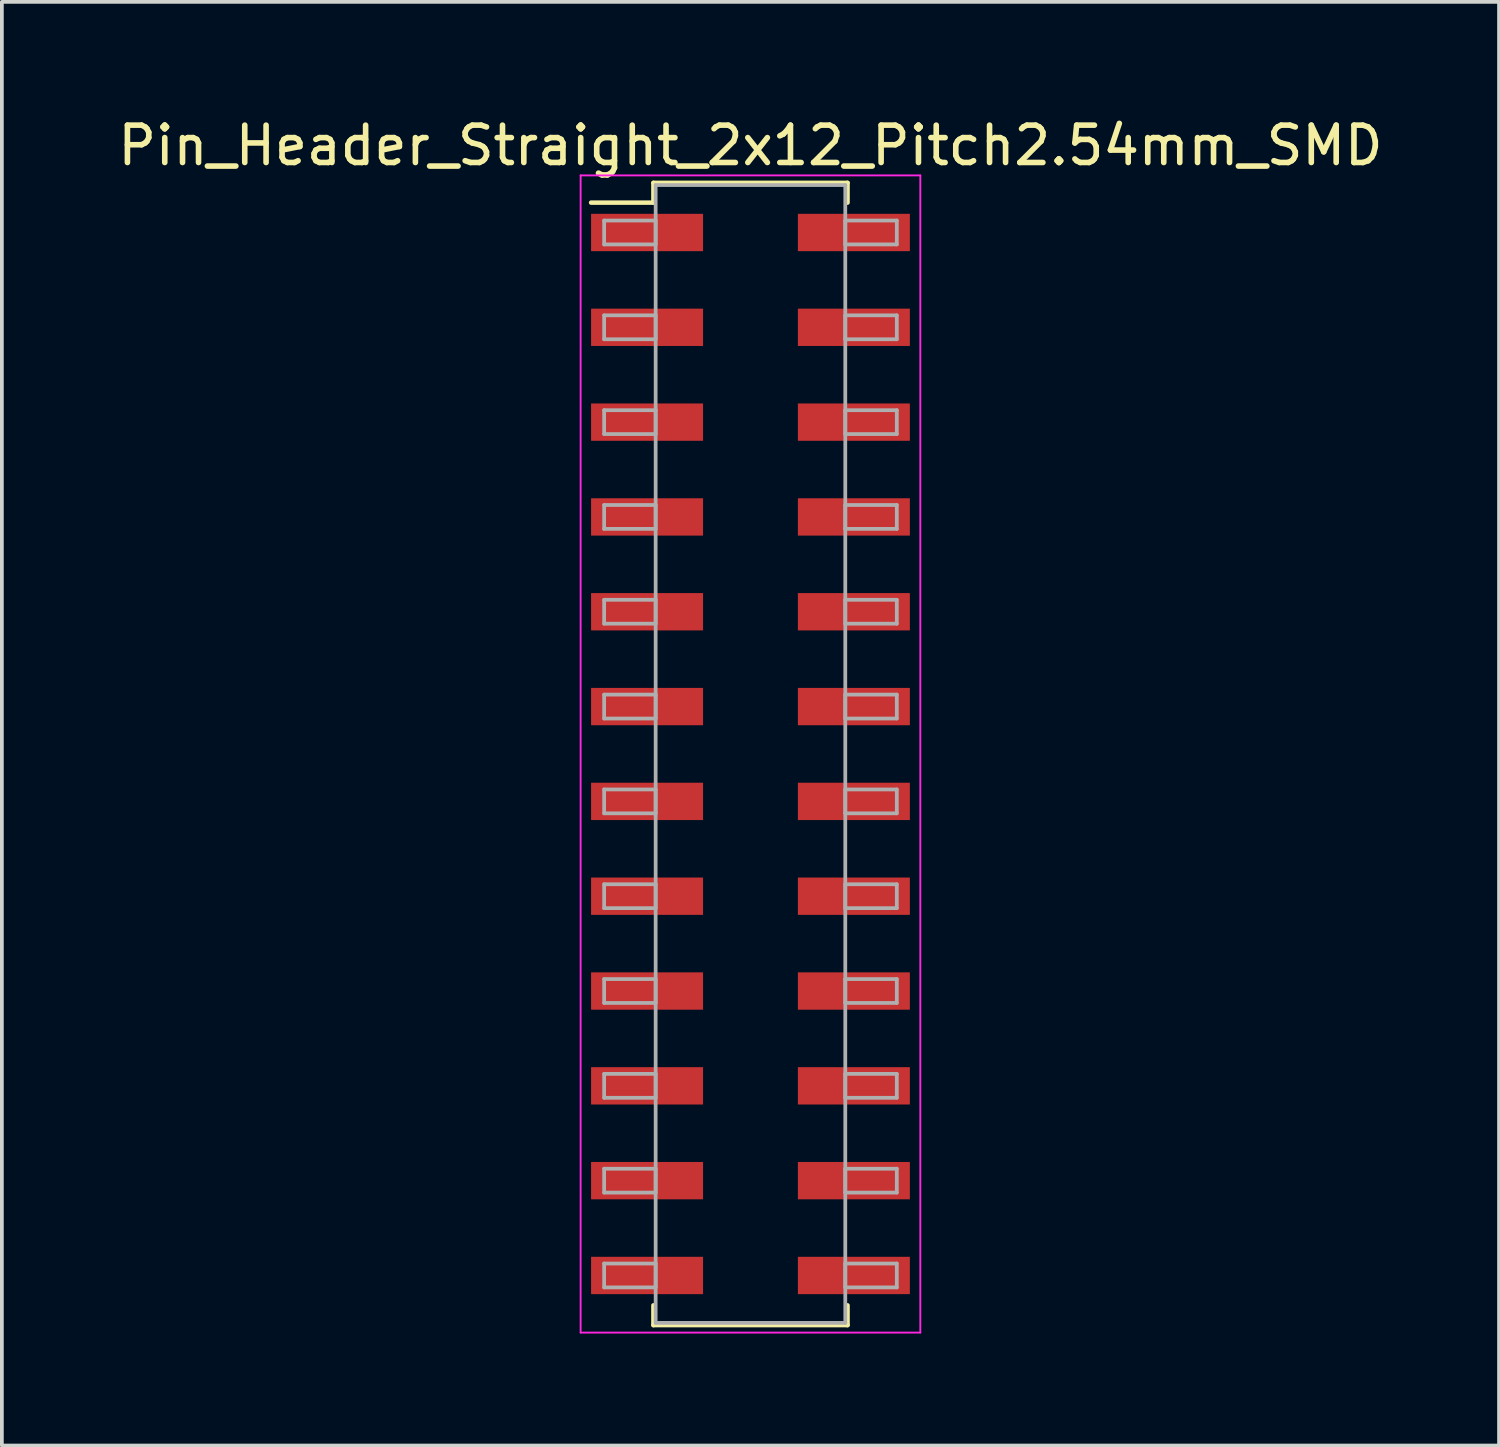
<source format=kicad_pcb>
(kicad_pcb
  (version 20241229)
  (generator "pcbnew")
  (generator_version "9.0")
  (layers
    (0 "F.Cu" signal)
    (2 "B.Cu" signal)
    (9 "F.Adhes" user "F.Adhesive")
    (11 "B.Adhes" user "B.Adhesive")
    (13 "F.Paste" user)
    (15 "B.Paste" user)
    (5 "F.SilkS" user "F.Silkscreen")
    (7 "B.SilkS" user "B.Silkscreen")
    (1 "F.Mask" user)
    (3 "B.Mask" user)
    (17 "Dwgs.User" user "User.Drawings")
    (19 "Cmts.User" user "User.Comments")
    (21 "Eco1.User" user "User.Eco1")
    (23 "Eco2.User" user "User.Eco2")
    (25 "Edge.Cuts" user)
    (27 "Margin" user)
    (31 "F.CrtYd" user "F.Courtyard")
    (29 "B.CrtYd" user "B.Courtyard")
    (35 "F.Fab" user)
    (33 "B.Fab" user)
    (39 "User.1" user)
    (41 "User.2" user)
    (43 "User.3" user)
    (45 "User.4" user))
  (footprint "Pin_Header_Straight_2x12_Pitch2.54mm_SMD"
    (layer "F.Cu")
    (at 17.054 17.148)
    (property "Reference" "Pin_Header_Straight_2x12_Pitch2.54mm_SMD" (at 0 -16.3 0) (layer "F.SilkS") (effects (font (size 1 1) (thickness 0.15))))
    (attr smd)
    (fp_line (start -4.27 -14.77) (end -2.6 -14.77) (stroke (width 0.12) (type solid)) (layer "F.SilkS"))
    (fp_line (start -2.6 -15.3) (end 2.6 -15.3) (stroke (width 0.12) (type solid)) (layer "F.SilkS"))
    (fp_line (start -2.6 -14.77) (end -2.6 -15.3) (stroke (width 0.12) (type solid)) (layer "F.SilkS"))
    (fp_line (start -2.6 14.77) (end -2.6 15.3) (stroke (width 0.12) (type solid)) (layer "F.SilkS"))
    (fp_line (start -2.6 15.3) (end 2.6 15.3) (stroke (width 0.12) (type solid)) (layer "F.SilkS"))
    (fp_line (start 2.6 -15.3) (end 2.6 -14.77) (stroke (width 0.12) (type solid)) (layer "F.SilkS"))
    (fp_line (start 2.6 15.3) (end 2.6 14.77) (stroke (width 0.12) (type solid)) (layer "F.SilkS"))
    (fp_line (start -4.55 -15.5) (end -4.55 15.5) (stroke (width 0.05) (type solid)) (layer "F.CrtYd"))
    (fp_line (start -4.55 15.5) (end 4.55 15.5) (stroke (width 0.05) (type solid)) (layer "F.CrtYd"))
    (fp_line (start 4.55 -15.5) (end -4.55 -15.5) (stroke (width 0.05) (type solid)) (layer "F.CrtYd"))
    (fp_line (start 4.55 15.5) (end 4.55 -15.5) (stroke (width 0.05) (type solid)) (layer "F.CrtYd"))
    (fp_line (start -3.92 -14.29) (end -2.54 -14.29) (stroke (width 0.1) (type solid)) (layer "F.Fab"))
    (fp_line (start -3.92 -13.65) (end -3.92 -14.29) (stroke (width 0.1) (type solid)) (layer "F.Fab"))
    (fp_line (start -3.92 -11.75) (end -2.54 -11.75) (stroke (width 0.1) (type solid)) (layer "F.Fab"))
    (fp_line (start -3.92 -11.11) (end -3.92 -11.75) (stroke (width 0.1) (type solid)) (layer "F.Fab"))
    (fp_line (start -3.92 -9.21) (end -2.54 -9.21) (stroke (width 0.1) (type solid)) (layer "F.Fab"))
    (fp_line (start -3.92 -8.57) (end -3.92 -9.21) (stroke (width 0.1) (type solid)) (layer "F.Fab"))
    (fp_line (start -3.92 -6.67) (end -2.54 -6.67) (stroke (width 0.1) (type solid)) (layer "F.Fab"))
    (fp_line (start -3.92 -6.03) (end -3.92 -6.67) (stroke (width 0.1) (type solid)) (layer "F.Fab"))
    (fp_line (start -3.92 -4.13) (end -2.54 -4.13) (stroke (width 0.1) (type solid)) (layer "F.Fab"))
    (fp_line (start -3.92 -3.49) (end -3.92 -4.13) (stroke (width 0.1) (type solid)) (layer "F.Fab"))
    (fp_line (start -3.92 -1.59) (end -2.54 -1.59) (stroke (width 0.1) (type solid)) (layer "F.Fab"))
    (fp_line (start -3.92 -0.95) (end -3.92 -1.59) (stroke (width 0.1) (type solid)) (layer "F.Fab"))
    (fp_line (start -3.92 0.95) (end -2.54 0.95) (stroke (width 0.1) (type solid)) (layer "F.Fab"))
    (fp_line (start -3.92 1.59) (end -3.92 0.95) (stroke (width 0.1) (type solid)) (layer "F.Fab"))
    (fp_line (start -3.92 3.49) (end -2.54 3.49) (stroke (width 0.1) (type solid)) (layer "F.Fab"))
    (fp_line (start -3.92 4.13) (end -3.92 3.49) (stroke (width 0.1) (type solid)) (layer "F.Fab"))
    (fp_line (start -3.92 6.03) (end -2.54 6.03) (stroke (width 0.1) (type solid)) (layer "F.Fab"))
    (fp_line (start -3.92 6.67) (end -3.92 6.03) (stroke (width 0.1) (type solid)) (layer "F.Fab"))
    (fp_line (start -3.92 8.57) (end -2.54 8.57) (stroke (width 0.1) (type solid)) (layer "F.Fab"))
    (fp_line (start -3.92 9.21) (end -3.92 8.57) (stroke (width 0.1) (type solid)) (layer "F.Fab"))
    (fp_line (start -3.92 11.11) (end -2.54 11.11) (stroke (width 0.1) (type solid)) (layer "F.Fab"))
    (fp_line (start -3.92 11.75) (end -3.92 11.11) (stroke (width 0.1) (type solid)) (layer "F.Fab"))
    (fp_line (start -3.92 13.65) (end -2.54 13.65) (stroke (width 0.1) (type solid)) (layer "F.Fab"))
    (fp_line (start -3.92 14.29) (end -3.92 13.65) (stroke (width 0.1) (type solid)) (layer "F.Fab"))
    (fp_line (start -2.54 -15.24) (end -2.54 15.24) (stroke (width 0.1) (type solid)) (layer "F.Fab"))
    (fp_line (start -2.54 -14.29) (end -2.54 -13.65) (stroke (width 0.1) (type solid)) (layer "F.Fab"))
    (fp_line (start -2.54 -13.65) (end -3.92 -13.65) (stroke (width 0.1) (type solid)) (layer "F.Fab"))
    (fp_line (start -2.54 -11.75) (end -2.54 -11.11) (stroke (width 0.1) (type solid)) (layer "F.Fab"))
    (fp_line (start -2.54 -11.11) (end -3.92 -11.11) (stroke (width 0.1) (type solid)) (layer "F.Fab"))
    (fp_line (start -2.54 -9.21) (end -2.54 -8.57) (stroke (width 0.1) (type solid)) (layer "F.Fab"))
    (fp_line (start -2.54 -8.57) (end -3.92 -8.57) (stroke (width 0.1) (type solid)) (layer "F.Fab"))
    (fp_line (start -2.54 -6.67) (end -2.54 -6.03) (stroke (width 0.1) (type solid)) (layer "F.Fab"))
    (fp_line (start -2.54 -6.03) (end -3.92 -6.03) (stroke (width 0.1) (type solid)) (layer "F.Fab"))
    (fp_line (start -2.54 -4.13) (end -2.54 -3.49) (stroke (width 0.1) (type solid)) (layer "F.Fab"))
    (fp_line (start -2.54 -3.49) (end -3.92 -3.49) (stroke (width 0.1) (type solid)) (layer "F.Fab"))
    (fp_line (start -2.54 -1.59) (end -2.54 -0.95) (stroke (width 0.1) (type solid)) (layer "F.Fab"))
    (fp_line (start -2.54 -0.95) (end -3.92 -0.95) (stroke (width 0.1) (type solid)) (layer "F.Fab"))
    (fp_line (start -2.54 0.95) (end -2.54 1.59) (stroke (width 0.1) (type solid)) (layer "F.Fab"))
    (fp_line (start -2.54 1.59) (end -3.92 1.59) (stroke (width 0.1) (type solid)) (layer "F.Fab"))
    (fp_line (start -2.54 3.49) (end -2.54 4.13) (stroke (width 0.1) (type solid)) (layer "F.Fab"))
    (fp_line (start -2.54 4.13) (end -3.92 4.13) (stroke (width 0.1) (type solid)) (layer "F.Fab"))
    (fp_line (start -2.54 6.03) (end -2.54 6.67) (stroke (width 0.1) (type solid)) (layer "F.Fab"))
    (fp_line (start -2.54 6.67) (end -3.92 6.67) (stroke (width 0.1) (type solid)) (layer "F.Fab"))
    (fp_line (start -2.54 8.57) (end -2.54 9.21) (stroke (width 0.1) (type solid)) (layer "F.Fab"))
    (fp_line (start -2.54 9.21) (end -3.92 9.21) (stroke (width 0.1) (type solid)) (layer "F.Fab"))
    (fp_line (start -2.54 11.11) (end -2.54 11.75) (stroke (width 0.1) (type solid)) (layer "F.Fab"))
    (fp_line (start -2.54 11.75) (end -3.92 11.75) (stroke (width 0.1) (type solid)) (layer "F.Fab"))
    (fp_line (start -2.54 13.65) (end -2.54 14.29) (stroke (width 0.1) (type solid)) (layer "F.Fab"))
    (fp_line (start -2.54 14.29) (end -3.92 14.29) (stroke (width 0.1) (type solid)) (layer "F.Fab"))
    (fp_line (start -2.54 15.24) (end 2.54 15.24) (stroke (width 0.1) (type solid)) (layer "F.Fab"))
    (fp_line (start 2.54 -15.24) (end -2.54 -15.24) (stroke (width 0.1) (type solid)) (layer "F.Fab"))
    (fp_line (start 2.54 -14.29) (end 2.54 -13.65) (stroke (width 0.1) (type solid)) (layer "F.Fab"))
    (fp_line (start 2.54 -13.65) (end 3.92 -13.65) (stroke (width 0.1) (type solid)) (layer "F.Fab"))
    (fp_line (start 2.54 -11.75) (end 2.54 -11.11) (stroke (width 0.1) (type solid)) (layer "F.Fab"))
    (fp_line (start 2.54 -11.11) (end 3.92 -11.11) (stroke (width 0.1) (type solid)) (layer "F.Fab"))
    (fp_line (start 2.54 -9.21) (end 2.54 -8.57) (stroke (width 0.1) (type solid)) (layer "F.Fab"))
    (fp_line (start 2.54 -8.57) (end 3.92 -8.57) (stroke (width 0.1) (type solid)) (layer "F.Fab"))
    (fp_line (start 2.54 -6.67) (end 2.54 -6.03) (stroke (width 0.1) (type solid)) (layer "F.Fab"))
    (fp_line (start 2.54 -6.03) (end 3.92 -6.03) (stroke (width 0.1) (type solid)) (layer "F.Fab"))
    (fp_line (start 2.54 -4.13) (end 2.54 -3.49) (stroke (width 0.1) (type solid)) (layer "F.Fab"))
    (fp_line (start 2.54 -3.49) (end 3.92 -3.49) (stroke (width 0.1) (type solid)) (layer "F.Fab"))
    (fp_line (start 2.54 -1.59) (end 2.54 -0.95) (stroke (width 0.1) (type solid)) (layer "F.Fab"))
    (fp_line (start 2.54 -0.95) (end 3.92 -0.95) (stroke (width 0.1) (type solid)) (layer "F.Fab"))
    (fp_line (start 2.54 0.95) (end 2.54 1.59) (stroke (width 0.1) (type solid)) (layer "F.Fab"))
    (fp_line (start 2.54 1.59) (end 3.92 1.59) (stroke (width 0.1) (type solid)) (layer "F.Fab"))
    (fp_line (start 2.54 3.49) (end 2.54 4.13) (stroke (width 0.1) (type solid)) (layer "F.Fab"))
    (fp_line (start 2.54 4.13) (end 3.92 4.13) (stroke (width 0.1) (type solid)) (layer "F.Fab"))
    (fp_line (start 2.54 6.03) (end 2.54 6.67) (stroke (width 0.1) (type solid)) (layer "F.Fab"))
    (fp_line (start 2.54 6.67) (end 3.92 6.67) (stroke (width 0.1) (type solid)) (layer "F.Fab"))
    (fp_line (start 2.54 8.57) (end 2.54 9.21) (stroke (width 0.1) (type solid)) (layer "F.Fab"))
    (fp_line (start 2.54 9.21) (end 3.92 9.21) (stroke (width 0.1) (type solid)) (layer "F.Fab"))
    (fp_line (start 2.54 11.11) (end 2.54 11.75) (stroke (width 0.1) (type solid)) (layer "F.Fab"))
    (fp_line (start 2.54 11.75) (end 3.92 11.75) (stroke (width 0.1) (type solid)) (layer "F.Fab"))
    (fp_line (start 2.54 13.65) (end 2.54 14.29) (stroke (width 0.1) (type solid)) (layer "F.Fab"))
    (fp_line (start 2.54 14.29) (end 3.92 14.29) (stroke (width 0.1) (type solid)) (layer "F.Fab"))
    (fp_line (start 2.54 15.24) (end 2.54 -15.24) (stroke (width 0.1) (type solid)) (layer "F.Fab"))
    (fp_line (start 3.92 -14.29) (end 2.54 -14.29) (stroke (width 0.1) (type solid)) (layer "F.Fab"))
    (fp_line (start 3.92 -13.65) (end 3.92 -14.29) (stroke (width 0.1) (type solid)) (layer "F.Fab"))
    (fp_line (start 3.92 -11.75) (end 2.54 -11.75) (stroke (width 0.1) (type solid)) (layer "F.Fab"))
    (fp_line (start 3.92 -11.11) (end 3.92 -11.75) (stroke (width 0.1) (type solid)) (layer "F.Fab"))
    (fp_line (start 3.92 -9.21) (end 2.54 -9.21) (stroke (width 0.1) (type solid)) (layer "F.Fab"))
    (fp_line (start 3.92 -8.57) (end 3.92 -9.21) (stroke (width 0.1) (type solid)) (layer "F.Fab"))
    (fp_line (start 3.92 -6.67) (end 2.54 -6.67) (stroke (width 0.1) (type solid)) (layer "F.Fab"))
    (fp_line (start 3.92 -6.03) (end 3.92 -6.67) (stroke (width 0.1) (type solid)) (layer "F.Fab"))
    (fp_line (start 3.92 -4.13) (end 2.54 -4.13) (stroke (width 0.1) (type solid)) (layer "F.Fab"))
    (fp_line (start 3.92 -3.49) (end 3.92 -4.13) (stroke (width 0.1) (type solid)) (layer "F.Fab"))
    (fp_line (start 3.92 -1.59) (end 2.54 -1.59) (stroke (width 0.1) (type solid)) (layer "F.Fab"))
    (fp_line (start 3.92 -0.95) (end 3.92 -1.59) (stroke (width 0.1) (type solid)) (layer "F.Fab"))
    (fp_line (start 3.92 0.95) (end 2.54 0.95) (stroke (width 0.1) (type solid)) (layer "F.Fab"))
    (fp_line (start 3.92 1.59) (end 3.92 0.95) (stroke (width 0.1) (type solid)) (layer "F.Fab"))
    (fp_line (start 3.92 3.49) (end 2.54 3.49) (stroke (width 0.1) (type solid)) (layer "F.Fab"))
    (fp_line (start 3.92 4.13) (end 3.92 3.49) (stroke (width 0.1) (type solid)) (layer "F.Fab"))
    (fp_line (start 3.92 6.03) (end 2.54 6.03) (stroke (width 0.1) (type solid)) (layer "F.Fab"))
    (fp_line (start 3.92 6.67) (end 3.92 6.03) (stroke (width 0.1) (type solid)) (layer "F.Fab"))
    (fp_line (start 3.92 8.57) (end 2.54 8.57) (stroke (width 0.1) (type solid)) (layer "F.Fab"))
    (fp_line (start 3.92 9.21) (end 3.92 8.57) (stroke (width 0.1) (type solid)) (layer "F.Fab"))
    (fp_line (start 3.92 11.11) (end 2.54 11.11) (stroke (width 0.1) (type solid)) (layer "F.Fab"))
    (fp_line (start 3.92 11.75) (end 3.92 11.11) (stroke (width 0.1) (type solid)) (layer "F.Fab"))
    (fp_line (start 3.92 13.65) (end 2.54 13.65) (stroke (width 0.1) (type solid)) (layer "F.Fab"))
    (fp_line (start 3.92 14.29) (end 3.92 13.65) (stroke (width 0.1) (type solid)) (layer "F.Fab"))
    (pad "1" smd rect (at -2.77 -13.97) (size 3 1) (layers "F.Cu" "F.Mask"))
    (pad "2" smd rect (at 2.77 -13.97) (size 3 1) (layers "F.Cu" "F.Mask"))
    (pad "3" smd rect (at -2.77 -11.43) (size 3 1) (layers "F.Cu" "F.Mask"))
    (pad "4" smd rect (at 2.77 -11.43) (size 3 1) (layers "F.Cu" "F.Mask"))
    (pad "5" smd rect (at -2.77 -8.89) (size 3 1) (layers "F.Cu" "F.Mask"))
    (pad "6" smd rect (at 2.77 -8.89) (size 3 1) (layers "F.Cu" "F.Mask"))
    (pad "7" smd rect (at -2.77 -6.35) (size 3 1) (layers "F.Cu" "F.Mask"))
    (pad "8" smd rect (at 2.77 -6.35) (size 3 1) (layers "F.Cu" "F.Mask"))
    (pad "9" smd rect (at -2.77 -3.81) (size 3 1) (layers "F.Cu" "F.Mask"))
    (pad "10" smd rect (at 2.77 -3.81) (size 3 1) (layers "F.Cu" "F.Mask"))
    (pad "11" smd rect (at -2.77 -1.27) (size 3 1) (layers "F.Cu" "F.Mask"))
    (pad "12" smd rect (at 2.77 -1.27) (size 3 1) (layers "F.Cu" "F.Mask"))
    (pad "13" smd rect (at -2.77 1.27) (size 3 1) (layers "F.Cu" "F.Mask"))
    (pad "14" smd rect (at 2.77 1.27) (size 3 1) (layers "F.Cu" "F.Mask"))
    (pad "15" smd rect (at -2.77 3.81) (size 3 1) (layers "F.Cu" "F.Mask"))
    (pad "16" smd rect (at 2.77 3.81) (size 3 1) (layers "F.Cu" "F.Mask"))
    (pad "17" smd rect (at -2.77 6.35) (size 3 1) (layers "F.Cu" "F.Mask"))
    (pad "18" smd rect (at 2.77 6.35) (size 3 1) (layers "F.Cu" "F.Mask"))
    (pad "19" smd rect (at -2.77 8.89) (size 3 1) (layers "F.Cu" "F.Mask"))
    (pad "20" smd rect (at 2.77 8.89) (size 3 1) (layers "F.Cu" "F.Mask"))
    (pad "21" smd rect (at -2.77 11.43) (size 3 1) (layers "F.Cu" "F.Mask"))
    (pad "22" smd rect (at 2.77 11.43) (size 3 1) (layers "F.Cu" "F.Mask"))
    (pad "23" smd rect (at -2.77 13.97) (size 3 1) (layers "F.Cu" "F.Mask"))
    (pad "24" smd rect (at 2.77 13.97) (size 3 1) (layers "F.Cu" "F.Mask")))
  (gr_rect
    (start -3 -3)
    (end 37.107 35.673)
    (stroke (width 0.1) (type default))
    (fill no)
    (layer "Edge.Cuts")))
</source>
